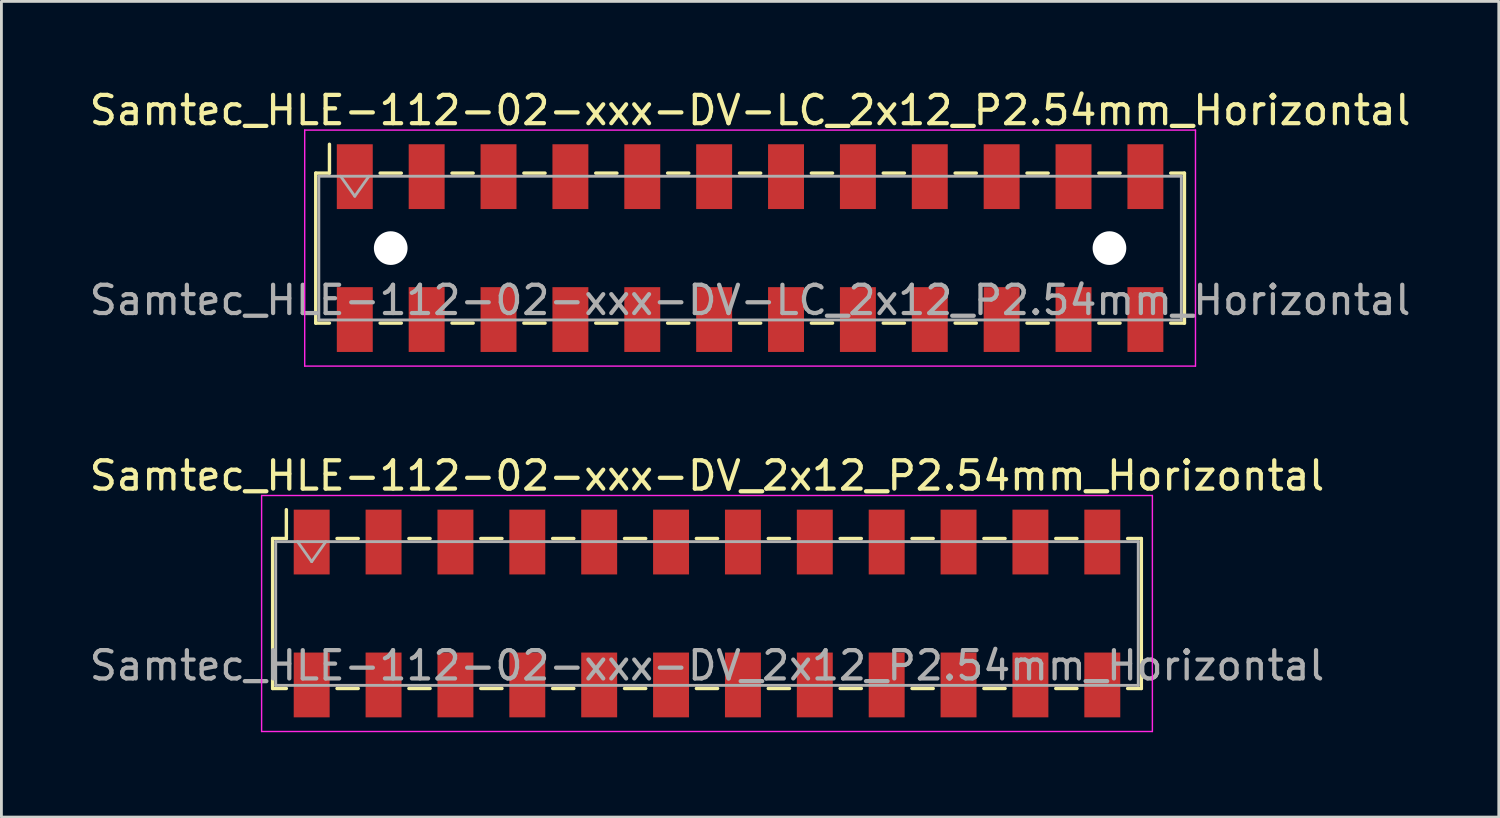
<source format=kicad_pcb>
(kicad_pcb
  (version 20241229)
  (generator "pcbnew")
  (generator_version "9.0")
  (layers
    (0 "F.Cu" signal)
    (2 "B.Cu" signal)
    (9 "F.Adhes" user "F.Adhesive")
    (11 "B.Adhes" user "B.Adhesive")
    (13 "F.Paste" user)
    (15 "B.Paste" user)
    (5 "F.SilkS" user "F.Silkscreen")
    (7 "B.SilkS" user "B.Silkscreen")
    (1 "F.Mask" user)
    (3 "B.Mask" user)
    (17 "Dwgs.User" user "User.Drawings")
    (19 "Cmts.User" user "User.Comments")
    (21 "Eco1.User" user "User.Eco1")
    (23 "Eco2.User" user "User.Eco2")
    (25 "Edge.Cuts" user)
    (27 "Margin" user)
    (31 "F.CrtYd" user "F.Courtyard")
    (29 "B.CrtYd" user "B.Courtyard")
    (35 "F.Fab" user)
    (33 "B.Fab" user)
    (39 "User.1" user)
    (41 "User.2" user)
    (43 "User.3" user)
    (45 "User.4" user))
  (footprint "Samtec_HLE-112-02-xxx-DV_2x12_P2.54mm_Horizontal"
    (layer "F.Cu")
    (at 21.935 18.631)
    (property "Reference" "Samtec_HLE-112-02-xxx-DV_2x12_P2.54mm_Horizontal" (at 0 -4.87 0) (layer "F.SilkS") (effects (font (size 1 1) (thickness 0.15))))
    (attr smd)
    (fp_line (start -15.35 -2.65) (end -15.35 2.65) (stroke (width 0.12) (type solid)) (layer "F.SilkS"))
    (fp_line (start -15.35 2.65) (end -14.865 2.65) (stroke (width 0.12) (type solid)) (layer "F.SilkS"))
    (fp_line (start -14.865 -3.67) (end -14.865 -2.65) (stroke (width 0.12) (type solid)) (layer "F.SilkS"))
    (fp_line (start -14.865 -2.65) (end -15.35 -2.65) (stroke (width 0.12) (type solid)) (layer "F.SilkS"))
    (fp_line (start -13.075 -2.65) (end -12.325 -2.65) (stroke (width 0.12) (type solid)) (layer "F.SilkS"))
    (fp_line (start -13.075 2.65) (end -12.325 2.65) (stroke (width 0.12) (type solid)) (layer "F.SilkS"))
    (fp_line (start -10.535 -2.65) (end -9.785 -2.65) (stroke (width 0.12) (type solid)) (layer "F.SilkS"))
    (fp_line (start -10.535 2.65) (end -9.785 2.65) (stroke (width 0.12) (type solid)) (layer "F.SilkS"))
    (fp_line (start -7.995 -2.65) (end -7.245 -2.65) (stroke (width 0.12) (type solid)) (layer "F.SilkS"))
    (fp_line (start -7.995 2.65) (end -7.245 2.65) (stroke (width 0.12) (type solid)) (layer "F.SilkS"))
    (fp_line (start -5.455 -2.65) (end -4.705 -2.65) (stroke (width 0.12) (type solid)) (layer "F.SilkS"))
    (fp_line (start -5.455 2.65) (end -4.705 2.65) (stroke (width 0.12) (type solid)) (layer "F.SilkS"))
    (fp_line (start -2.915 -2.65) (end -2.165 -2.65) (stroke (width 0.12) (type solid)) (layer "F.SilkS"))
    (fp_line (start -2.915 2.65) (end -2.165 2.65) (stroke (width 0.12) (type solid)) (layer "F.SilkS"))
    (fp_line (start -0.375 -2.65) (end 0.375 -2.65) (stroke (width 0.12) (type solid)) (layer "F.SilkS"))
    (fp_line (start -0.375 2.65) (end 0.375 2.65) (stroke (width 0.12) (type solid)) (layer "F.SilkS"))
    (fp_line (start 2.165 -2.65) (end 2.915 -2.65) (stroke (width 0.12) (type solid)) (layer "F.SilkS"))
    (fp_line (start 2.165 2.65) (end 2.915 2.65) (stroke (width 0.12) (type solid)) (layer "F.SilkS"))
    (fp_line (start 4.705 -2.65) (end 5.455 -2.65) (stroke (width 0.12) (type solid)) (layer "F.SilkS"))
    (fp_line (start 4.705 2.65) (end 5.455 2.65) (stroke (width 0.12) (type solid)) (layer "F.SilkS"))
    (fp_line (start 7.245 -2.65) (end 7.995 -2.65) (stroke (width 0.12) (type solid)) (layer "F.SilkS"))
    (fp_line (start 7.245 2.65) (end 7.995 2.65) (stroke (width 0.12) (type solid)) (layer "F.SilkS"))
    (fp_line (start 9.785 -2.65) (end 10.535 -2.65) (stroke (width 0.12) (type solid)) (layer "F.SilkS"))
    (fp_line (start 9.785 2.65) (end 10.535 2.65) (stroke (width 0.12) (type solid)) (layer "F.SilkS"))
    (fp_line (start 12.325 -2.65) (end 13.075 -2.65) (stroke (width 0.12) (type solid)) (layer "F.SilkS"))
    (fp_line (start 12.325 2.65) (end 13.075 2.65) (stroke (width 0.12) (type solid)) (layer "F.SilkS"))
    (fp_line (start 14.865 -2.65) (end 15.35 -2.65) (stroke (width 0.12) (type solid)) (layer "F.SilkS"))
    (fp_line (start 15.35 -2.65) (end 15.35 2.65) (stroke (width 0.12) (type solid)) (layer "F.SilkS"))
    (fp_line (start 15.35 2.65) (end 14.865 2.65) (stroke (width 0.12) (type solid)) (layer "F.SilkS"))
    (fp_line (start -15.74 -4.17) (end 15.74 -4.17) (stroke (width 0.05) (type solid)) (layer "F.CrtYd"))
    (fp_line (start -15.74 4.17) (end -15.74 -4.17) (stroke (width 0.05) (type solid)) (layer "F.CrtYd"))
    (fp_line (start 15.74 -4.17) (end 15.74 4.17) (stroke (width 0.05) (type solid)) (layer "F.CrtYd"))
    (fp_line (start 15.74 4.17) (end -15.74 4.17) (stroke (width 0.05) (type solid)) (layer "F.CrtYd"))
    (fp_line (start -15.24 -2.54) (end 15.24 -2.54) (stroke (width 0.1) (type solid)) (layer "F.Fab"))
    (fp_line (start -15.24 2.54) (end -15.24 -2.54) (stroke (width 0.1) (type solid)) (layer "F.Fab"))
    (fp_line (start -14.47 -2.54) (end -13.97 -1.833) (stroke (width 0.1) (type solid)) (layer "F.Fab"))
    (fp_line (start -13.97 -1.833) (end -13.47 -2.54) (stroke (width 0.1) (type solid)) (layer "F.Fab"))
    (fp_line (start 15.24 -2.54) (end 15.24 2.54) (stroke (width 0.1) (type solid)) (layer "F.Fab"))
    (fp_line (start 15.24 2.54) (end -15.24 2.54) (stroke (width 0.1) (type solid)) (layer "F.Fab"))
    (fp_text user "${REFERENCE}" (at 0 1.84 0) (layer "F.Fab") (effects (font (size 1 1) (thickness 0.15))))
    (pad "1" smd rect (at -13.97 -2.525) (size 1.27 2.29) (layers "F.Cu" "F.Mask" "F.Paste"))
    (pad "2" smd rect (at -13.97 2.525) (size 1.27 2.29) (layers "F.Cu" "F.Mask" "F.Paste"))
    (pad "3" smd rect (at -11.43 -2.525) (size 1.27 2.29) (layers "F.Cu" "F.Mask" "F.Paste"))
    (pad "4" smd rect (at -11.43 2.525) (size 1.27 2.29) (layers "F.Cu" "F.Mask" "F.Paste"))
    (pad "5" smd rect (at -8.89 -2.525) (size 1.27 2.29) (layers "F.Cu" "F.Mask" "F.Paste"))
    (pad "6" smd rect (at -8.89 2.525) (size 1.27 2.29) (layers "F.Cu" "F.Mask" "F.Paste"))
    (pad "7" smd rect (at -6.35 -2.525) (size 1.27 2.29) (layers "F.Cu" "F.Mask" "F.Paste"))
    (pad "8" smd rect (at -6.35 2.525) (size 1.27 2.29) (layers "F.Cu" "F.Mask" "F.Paste"))
    (pad "9" smd rect (at -3.81 -2.525) (size 1.27 2.29) (layers "F.Cu" "F.Mask" "F.Paste"))
    (pad "10" smd rect (at -3.81 2.525) (size 1.27 2.29) (layers "F.Cu" "F.Mask" "F.Paste"))
    (pad "11" smd rect (at -1.27 -2.525) (size 1.27 2.29) (layers "F.Cu" "F.Mask" "F.Paste"))
    (pad "12" smd rect (at -1.27 2.525) (size 1.27 2.29) (layers "F.Cu" "F.Mask" "F.Paste"))
    (pad "13" smd rect (at 1.27 -2.525) (size 1.27 2.29) (layers "F.Cu" "F.Mask" "F.Paste"))
    (pad "14" smd rect (at 1.27 2.525) (size 1.27 2.29) (layers "F.Cu" "F.Mask" "F.Paste"))
    (pad "15" smd rect (at 3.81 -2.525) (size 1.27 2.29) (layers "F.Cu" "F.Mask" "F.Paste"))
    (pad "16" smd rect (at 3.81 2.525) (size 1.27 2.29) (layers "F.Cu" "F.Mask" "F.Paste"))
    (pad "17" smd rect (at 6.35 -2.525) (size 1.27 2.29) (layers "F.Cu" "F.Mask" "F.Paste"))
    (pad "18" smd rect (at 6.35 2.525) (size 1.27 2.29) (layers "F.Cu" "F.Mask" "F.Paste"))
    (pad "19" smd rect (at 8.89 -2.525) (size 1.27 2.29) (layers "F.Cu" "F.Mask" "F.Paste"))
    (pad "20" smd rect (at 8.89 2.525) (size 1.27 2.29) (layers "F.Cu" "F.Mask" "F.Paste"))
    (pad "21" smd rect (at 11.43 -2.525) (size 1.27 2.29) (layers "F.Cu" "F.Mask" "F.Paste"))
    (pad "22" smd rect (at 11.43 2.525) (size 1.27 2.29) (layers "F.Cu" "F.Mask" "F.Paste"))
    (pad "23" smd rect (at 13.97 -2.525) (size 1.27 2.29) (layers "F.Cu" "F.Mask" "F.Paste"))
    (pad "24" smd rect (at 13.97 2.525) (size 1.27 2.29) (layers "F.Cu" "F.Mask" "F.Paste")))
  (footprint "Samtec_HLE-112-02-xxx-DV-LC_2x12_P2.54mm_Horizontal"
    (layer "F.Cu")
    (at 23.458 5.718)
    (property "Reference" "Samtec_HLE-112-02-xxx-DV-LC_2x12_P2.54mm_Horizontal" (at 0 -4.87 0) (layer "F.SilkS") (effects (font (size 1 1) (thickness 0.15))))
    (attr smd)
    (fp_line (start -15.35 -2.65) (end -15.35 2.65) (stroke (width 0.12) (type solid)) (layer "F.SilkS"))
    (fp_line (start -15.35 2.65) (end -14.865 2.65) (stroke (width 0.12) (type solid)) (layer "F.SilkS"))
    (fp_line (start -14.865 -3.67) (end -14.865 -2.65) (stroke (width 0.12) (type solid)) (layer "F.SilkS"))
    (fp_line (start -14.865 -2.65) (end -15.35 -2.65) (stroke (width 0.12) (type solid)) (layer "F.SilkS"))
    (fp_line (start -13.075 -2.65) (end -12.325 -2.65) (stroke (width 0.12) (type solid)) (layer "F.SilkS"))
    (fp_line (start -13.075 2.65) (end -12.325 2.65) (stroke (width 0.12) (type solid)) (layer "F.SilkS"))
    (fp_line (start -10.535 -2.65) (end -9.785 -2.65) (stroke (width 0.12) (type solid)) (layer "F.SilkS"))
    (fp_line (start -10.535 2.65) (end -9.785 2.65) (stroke (width 0.12) (type solid)) (layer "F.SilkS"))
    (fp_line (start -7.995 -2.65) (end -7.245 -2.65) (stroke (width 0.12) (type solid)) (layer "F.SilkS"))
    (fp_line (start -7.995 2.65) (end -7.245 2.65) (stroke (width 0.12) (type solid)) (layer "F.SilkS"))
    (fp_line (start -5.455 -2.65) (end -4.705 -2.65) (stroke (width 0.12) (type solid)) (layer "F.SilkS"))
    (fp_line (start -5.455 2.65) (end -4.705 2.65) (stroke (width 0.12) (type solid)) (layer "F.SilkS"))
    (fp_line (start -2.915 -2.65) (end -2.165 -2.65) (stroke (width 0.12) (type solid)) (layer "F.SilkS"))
    (fp_line (start -2.915 2.65) (end -2.165 2.65) (stroke (width 0.12) (type solid)) (layer "F.SilkS"))
    (fp_line (start -0.375 -2.65) (end 0.375 -2.65) (stroke (width 0.12) (type solid)) (layer "F.SilkS"))
    (fp_line (start -0.375 2.65) (end 0.375 2.65) (stroke (width 0.12) (type solid)) (layer "F.SilkS"))
    (fp_line (start 2.165 -2.65) (end 2.915 -2.65) (stroke (width 0.12) (type solid)) (layer "F.SilkS"))
    (fp_line (start 2.165 2.65) (end 2.915 2.65) (stroke (width 0.12) (type solid)) (layer "F.SilkS"))
    (fp_line (start 4.705 -2.65) (end 5.455 -2.65) (stroke (width 0.12) (type solid)) (layer "F.SilkS"))
    (fp_line (start 4.705 2.65) (end 5.455 2.65) (stroke (width 0.12) (type solid)) (layer "F.SilkS"))
    (fp_line (start 7.245 -2.65) (end 7.995 -2.65) (stroke (width 0.12) (type solid)) (layer "F.SilkS"))
    (fp_line (start 7.245 2.65) (end 7.995 2.65) (stroke (width 0.12) (type solid)) (layer "F.SilkS"))
    (fp_line (start 9.785 -2.65) (end 10.535 -2.65) (stroke (width 0.12) (type solid)) (layer "F.SilkS"))
    (fp_line (start 9.785 2.65) (end 10.535 2.65) (stroke (width 0.12) (type solid)) (layer "F.SilkS"))
    (fp_line (start 12.325 -2.65) (end 13.075 -2.65) (stroke (width 0.12) (type solid)) (layer "F.SilkS"))
    (fp_line (start 12.325 2.65) (end 13.075 2.65) (stroke (width 0.12) (type solid)) (layer "F.SilkS"))
    (fp_line (start 14.865 -2.65) (end 15.35 -2.65) (stroke (width 0.12) (type solid)) (layer "F.SilkS"))
    (fp_line (start 15.35 -2.65) (end 15.35 2.65) (stroke (width 0.12) (type solid)) (layer "F.SilkS"))
    (fp_line (start 15.35 2.65) (end 14.865 2.65) (stroke (width 0.12) (type solid)) (layer "F.SilkS"))
    (fp_line (start -15.74 -4.17) (end 15.74 -4.17) (stroke (width 0.05) (type solid)) (layer "F.CrtYd"))
    (fp_line (start -15.74 4.17) (end -15.74 -4.17) (stroke (width 0.05) (type solid)) (layer "F.CrtYd"))
    (fp_line (start 15.74 -4.17) (end 15.74 4.17) (stroke (width 0.05) (type solid)) (layer "F.CrtYd"))
    (fp_line (start 15.74 4.17) (end -15.74 4.17) (stroke (width 0.05) (type solid)) (layer "F.CrtYd"))
    (fp_line (start -15.24 -2.54) (end 15.24 -2.54) (stroke (width 0.1) (type solid)) (layer "F.Fab"))
    (fp_line (start -15.24 2.54) (end -15.24 -2.54) (stroke (width 0.1) (type solid)) (layer "F.Fab"))
    (fp_line (start -14.47 -2.54) (end -13.97 -1.833) (stroke (width 0.1) (type solid)) (layer "F.Fab"))
    (fp_line (start -13.97 -1.833) (end -13.47 -2.54) (stroke (width 0.1) (type solid)) (layer "F.Fab"))
    (fp_line (start 15.24 -2.54) (end 15.24 2.54) (stroke (width 0.1) (type solid)) (layer "F.Fab"))
    (fp_line (start 15.24 2.54) (end -15.24 2.54) (stroke (width 0.1) (type solid)) (layer "F.Fab"))
    (fp_text user "${REFERENCE}" (at 0 1.84 0) (layer "F.Fab") (effects (font (size 1 1) (thickness 0.15))))
    (pad "" np_thru_hole circle (at -12.7 0) (size 1.19 1.19) (drill 1.19) (layers "*.Cu" "*.Mask"))
    (pad "" np_thru_hole circle (at 12.7 0) (size 1.19 1.19) (drill 1.19) (layers "*.Cu" "*.Mask"))
    (pad "1" smd rect (at -13.97 -2.525) (size 1.27 2.29) (layers "F.Cu" "F.Mask" "F.Paste"))
    (pad "2" smd rect (at -13.97 2.525) (size 1.27 2.29) (layers "F.Cu" "F.Mask" "F.Paste"))
    (pad "3" smd rect (at -11.43 -2.525) (size 1.27 2.29) (layers "F.Cu" "F.Mask" "F.Paste"))
    (pad "4" smd rect (at -11.43 2.525) (size 1.27 2.29) (layers "F.Cu" "F.Mask" "F.Paste"))
    (pad "5" smd rect (at -8.89 -2.525) (size 1.27 2.29) (layers "F.Cu" "F.Mask" "F.Paste"))
    (pad "6" smd rect (at -8.89 2.525) (size 1.27 2.29) (layers "F.Cu" "F.Mask" "F.Paste"))
    (pad "7" smd rect (at -6.35 -2.525) (size 1.27 2.29) (layers "F.Cu" "F.Mask" "F.Paste"))
    (pad "8" smd rect (at -6.35 2.525) (size 1.27 2.29) (layers "F.Cu" "F.Mask" "F.Paste"))
    (pad "9" smd rect (at -3.81 -2.525) (size 1.27 2.29) (layers "F.Cu" "F.Mask" "F.Paste"))
    (pad "10" smd rect (at -3.81 2.525) (size 1.27 2.29) (layers "F.Cu" "F.Mask" "F.Paste"))
    (pad "11" smd rect (at -1.27 -2.525) (size 1.27 2.29) (layers "F.Cu" "F.Mask" "F.Paste"))
    (pad "12" smd rect (at -1.27 2.525) (size 1.27 2.29) (layers "F.Cu" "F.Mask" "F.Paste"))
    (pad "13" smd rect (at 1.27 -2.525) (size 1.27 2.29) (layers "F.Cu" "F.Mask" "F.Paste"))
    (pad "14" smd rect (at 1.27 2.525) (size 1.27 2.29) (layers "F.Cu" "F.Mask" "F.Paste"))
    (pad "15" smd rect (at 3.81 -2.525) (size 1.27 2.29) (layers "F.Cu" "F.Mask" "F.Paste"))
    (pad "16" smd rect (at 3.81 2.525) (size 1.27 2.29) (layers "F.Cu" "F.Mask" "F.Paste"))
    (pad "17" smd rect (at 6.35 -2.525) (size 1.27 2.29) (layers "F.Cu" "F.Mask" "F.Paste"))
    (pad "18" smd rect (at 6.35 2.525) (size 1.27 2.29) (layers "F.Cu" "F.Mask" "F.Paste"))
    (pad "19" smd rect (at 8.89 -2.525) (size 1.27 2.29) (layers "F.Cu" "F.Mask" "F.Paste"))
    (pad "20" smd rect (at 8.89 2.525) (size 1.27 2.29) (layers "F.Cu" "F.Mask" "F.Paste"))
    (pad "21" smd rect (at 11.43 -2.525) (size 1.27 2.29) (layers "F.Cu" "F.Mask" "F.Paste"))
    (pad "22" smd rect (at 11.43 2.525) (size 1.27 2.29) (layers "F.Cu" "F.Mask" "F.Paste"))
    (pad "23" smd rect (at 13.97 -2.525) (size 1.27 2.29) (layers "F.Cu" "F.Mask" "F.Paste"))
    (pad "24" smd rect (at 13.97 2.525) (size 1.27 2.29) (layers "F.Cu" "F.Mask" "F.Paste")))
  (gr_rect
    (start -3 -3)
    (end 49.917 25.826)
    (stroke (width 0.1) (type default))
    (fill no)
    (layer "Edge.Cuts")))
</source>
